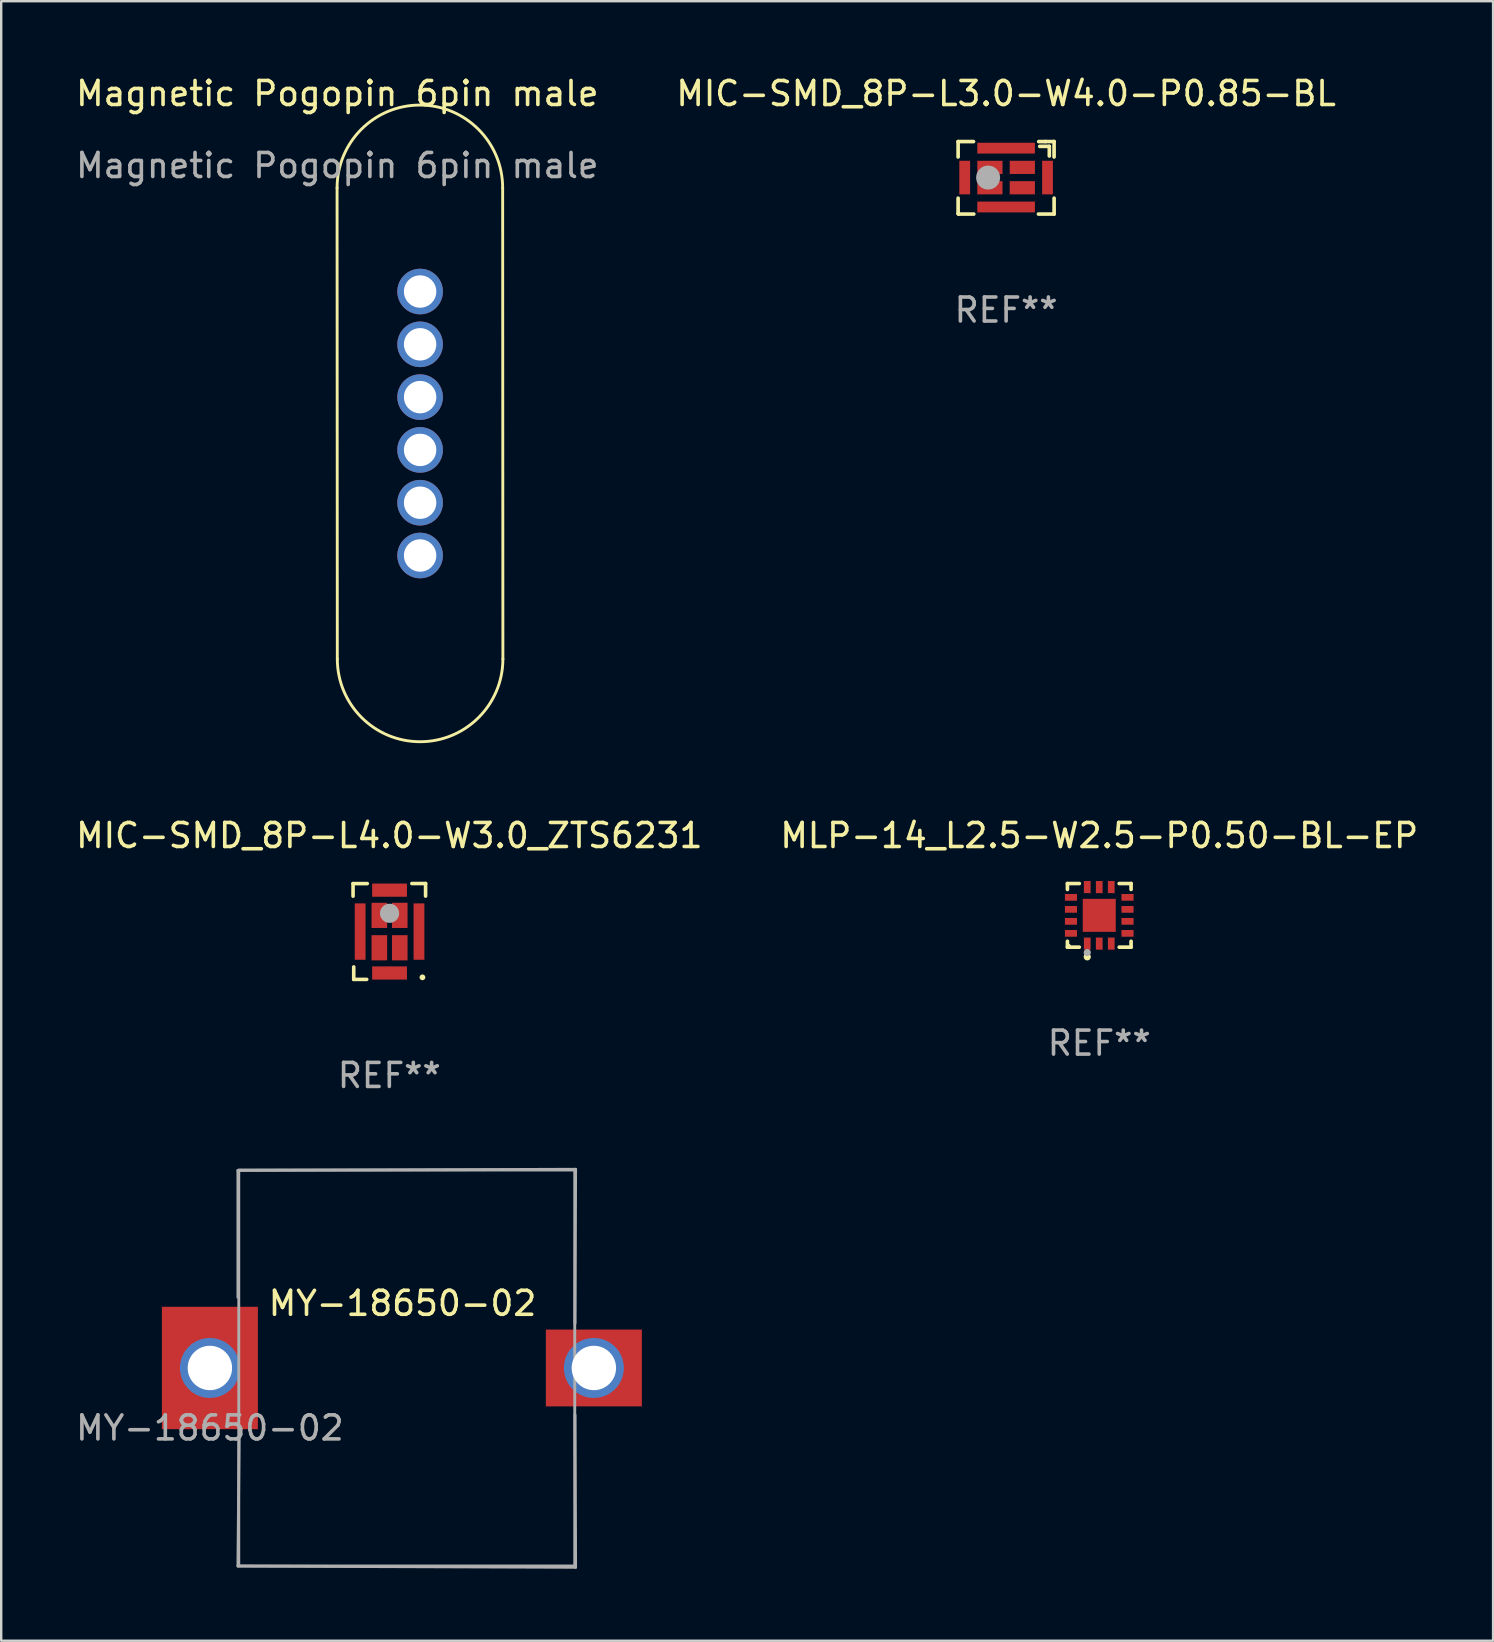
<source format=kicad_pcb>
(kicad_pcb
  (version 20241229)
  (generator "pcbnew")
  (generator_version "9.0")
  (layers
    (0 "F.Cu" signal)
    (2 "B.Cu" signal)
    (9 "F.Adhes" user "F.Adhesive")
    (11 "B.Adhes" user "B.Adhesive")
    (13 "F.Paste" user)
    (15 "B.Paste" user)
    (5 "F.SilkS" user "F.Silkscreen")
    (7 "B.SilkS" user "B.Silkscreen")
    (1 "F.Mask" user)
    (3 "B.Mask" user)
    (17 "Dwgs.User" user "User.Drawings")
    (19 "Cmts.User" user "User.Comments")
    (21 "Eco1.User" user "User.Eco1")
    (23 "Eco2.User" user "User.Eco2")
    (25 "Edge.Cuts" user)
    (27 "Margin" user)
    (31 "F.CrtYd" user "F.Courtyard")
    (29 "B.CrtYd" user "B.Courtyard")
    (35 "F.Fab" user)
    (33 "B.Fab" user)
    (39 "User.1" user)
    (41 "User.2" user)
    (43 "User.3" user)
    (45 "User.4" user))
  (footprint "MIC-SMD_8P-L3.0-W4.0-P0.85-BL"
    (layer "F.Cu")
    (at 38.875 4.359)
    (property "Reference" "MIC-SMD_8P-L3.0-W4.0-P0.85-BL" (at 0 -3.511 0) (layer "F.SilkS") (effects (font (size 1 1) (thickness 0.15))))
    (attr through_hole)
    (fp_line (start -2 -0.868) (end -2 -1.509) (stroke (width 0.152) (type solid)) (layer "F.SilkS"))
    (fp_line (start -2 1.491) (end -2 0.849) (stroke (width 0.152) (type solid)) (layer "F.SilkS"))
    (fp_line (start -1.98 1.511) (end -2 1.491) (stroke (width 0.152) (type solid)) (layer "F.SilkS"))
    (fp_line (start -1.358 -1.509) (end -2 -1.509) (stroke (width 0.152) (type solid)) (layer "F.SilkS"))
    (fp_line (start -1.347 1.511) (end -1.98 1.511) (stroke (width 0.152) (type solid)) (layer "F.SilkS"))
    (fp_line (start 1.4 -1.309) (end 1.8 -1.309) (stroke (width 0.152) (type solid)) (layer "F.SilkS"))
    (fp_line (start 1.638 -1.509) (end 1.358 -1.509) (stroke (width 0.152) (type solid)) (layer "F.SilkS"))
    (fp_line (start 1.8 -1.309) (end 1.8 -0.909) (stroke (width 0.152) (type solid)) (layer "F.SilkS"))
    (fp_line (start 1.999 -1.511) (end 1.638 -1.511) (stroke (width 0.152) (type solid)) (layer "F.SilkS"))
    (fp_line (start 1.999 -0.868) (end 1.999 -1.511) (stroke (width 0.152) (type solid)) (layer "F.SilkS"))
    (fp_line (start 2 1.511) (end 1.347 1.511) (stroke (width 0.152) (type solid)) (layer "F.SilkS"))
    (fp_line (start 2 1.511) (end 2 0.849) (stroke (width 0.152) (type solid)) (layer "F.SilkS"))
    (fp_circle (center 2 -1.509) (end 2.03 -1.509) (stroke (width 0.06) (type solid)) (fill no) (layer "F.SilkS"))
    (fp_circle (center -0.75 -0.009) (end -0.5 -0.009) (stroke (width 0.5) (type solid)) (fill no) (layer "F.Fab"))
    (fp_text user "REF**" (at 0 5.511 0) (layer "F.Fab") (effects (font (size 1 1) (thickness 0.15))))
    (pad "1" smd rect (at 0.675 -0.434) (size 1.05 0.55) (layers "F.Cu" "F.Mask" "F.Paste"))
    (pad "2" smd rect (at -0.675 -0.434) (size 1.05 0.55) (layers "F.Cu" "F.Mask" "F.Paste"))
    (pad "3" smd rect (at -0.675 0.415) (size 1.05 0.55) (layers "F.Cu" "F.Mask" "F.Paste"))
    (pad "4" smd rect (at 0.675 0.415) (size 1.05 0.55) (layers "F.Cu" "F.Mask" "F.Paste"))
    (pad "5" smd rect (at 1.725 -0.01) (size 0.45 1.4) (layers "F.Cu" "F.Mask" "F.Paste"))
    (pad "6" smd rect (at -0.000051 -1.235) (size 2.4 0.45) (layers "F.Cu" "F.Mask" "F.Paste"))
    (pad "7" smd rect (at -1.725 -0.01) (size 0.45 1.4) (layers "F.Cu" "F.Mask" "F.Paste"))
    (pad "8" smd rect (at -0.000051 1.216) (size 2.4 0.45) (layers "F.Cu" "F.Mask" "F.Paste")))
  (footprint "MY-18650-02"
    (layer "F.Cu")
    (at 5.696 53.954)
    (property "Reference" "MY-18650-02" (at 8.026 -2.692 0) (unlocked yes) (layer "F.SilkS") (effects (font (size 1 1) (thickness 0.15))))
    (attr smd)
    (fp_rect (start -1.016 1.562) (end -1.905 -1.46) (stroke (width 0.01) (type solid)) (fill yes) (layer "F.Paste"))
    (fp_rect (start 1.88 -1.041) (end -1.905 -2.464) (stroke (width 0.01) (type solid)) (fill yes) (layer "F.Paste"))
    (fp_rect (start 1.88 1.524) (end 0.991 -1.499) (stroke (width 0.01) (type solid)) (fill yes) (layer "F.Paste"))
    (fp_rect (start 1.88 2.464) (end -1.905 1.016) (stroke (width 0.01) (type solid)) (fill yes) (layer "F.Paste"))
    (fp_rect (start 14.961 1.524) (end 14.097 -1.499) (stroke (width 0.01) (type solid)) (fill yes) (layer "F.Paste"))
    (fp_rect (start 17.488 0.991) (end 14.465 1.524) (stroke (width 0.01) (type solid)) (fill yes) (layer "F.Paste"))
    (fp_rect (start 17.59 -1.499) (end 14.567 -0.991) (stroke (width 0.01) (type solid)) (fill yes) (layer "F.Paste"))
    (fp_rect (start 17.907 1.524) (end 17.018 -1.499) (stroke (width 0.01) (type solid)) (fill yes) (layer "F.Paste"))
    (fp_line (start 1.168 -8.23) (end 15.24 -8.28) (stroke (width 0.12) (type solid)) (layer "F.Fab"))
    (fp_line (start 1.168 -2.946) (end 1.168 -8.23) (stroke (width 0.12) (type solid)) (layer "F.Fab"))
    (fp_line (start 1.168 8.255) (end 15.24 8.306) (stroke (width 0.12) (type solid)) (layer "F.Fab"))
    (fp_line (start 1.219 2.921) (end 1.168 8.255) (stroke (width 0.12) (type solid)) (layer "F.Fab"))
    (fp_line (start 15.24 -8.28) (end 15.215 -1.854) (stroke (width 0.12) (type solid)) (layer "F.Fab"))
    (fp_line (start 15.24 8.306) (end 15.215 1.956) (stroke (width 0.12) (type solid)) (layer "F.Fab"))
    (fp_rect (start 1.204 -8.25) (end 15.204 8.25) (stroke (width 0.12) (type solid)) (fill no) (layer "F.Fab"))
    (fp_text user "${REFERENCE}" (at 0 2.5 0) (unlocked yes) (layer "F.Fab") (effects (font (size 1 1) (thickness 0.15))))
    (pad "1" thru_hole circle (at 0 0) (size 2.5 2.5) (drill 1.85) (layers "*.Cu" "B.Mask"))
    (pad "1" smd rect (at 0 0) (size 4 5.1) (layers "F.Cu" "F.Mask"))
    (pad "2" thru_hole circle (at 16 0) (size 2.5 2.5) (drill 1.85) (layers "*.Cu" "B.Mask"))
    (pad "2" smd rect (at 16 0) (size 4 3.2) (layers "F.Cu" "F.Mask")))
  (footprint "MIC-SMD_8P-L4.0-W3.0_ZTS6231"
    (layer "F.Cu")
    (at 13.173 35.766)
    (property "Reference" "MIC-SMD_8P-L4.0-W3.0_ZTS6231" (at 0 -3.999 0) (layer "F.SilkS") (effects (font (size 1 1) (thickness 0.15))))
    (attr through_hole)
    (fp_line (start -1.511 -1.996) (end -1.511 -1.473) (stroke (width 0.15) (type solid)) (layer "F.SilkS"))
    (fp_line (start -1.483 1.995) (end -1.483 1.476) (stroke (width 0.15) (type solid)) (layer "F.SilkS"))
    (fp_line (start -0.942 1.995) (end -1.483 1.995) (stroke (width 0.15) (type solid)) (layer "F.SilkS"))
    (fp_line (start -0.919 -1.996) (end -1.511 -1.996) (stroke (width 0.15) (type solid)) (layer "F.SilkS"))
    (fp_line (start 0.939 -1.999) (end 1.511 -1.999) (stroke (width 0.15) (type solid)) (layer "F.SilkS"))
    (fp_line (start 1.511 -1.999) (end 1.511 -1.476) (stroke (width 0.15) (type solid)) (layer "F.SilkS"))
    (fp_circle (center 1.38 1.91) (end 1.44 1.92) (stroke (width 0.12) (type solid)) (fill no) (layer "F.SilkS"))
    (fp_circle (center 0.01 -0.759) (end 0.21 -0.759) (stroke (width 0.4) (type solid)) (fill no) (layer "F.Fab"))
    (fp_text user "REF**" (at 0 5.999 0) (layer "F.Fab") (effects (font (size 1 1) (thickness 0.15))))
    (pad "1" smd rect (at 0.435 0.678) (size 0.65 1.05) (layers "F.Cu" "F.Mask" "F.Paste"))
    (pad "2" smd rect (at 0.435 -0.672) (size 0.65 1.05) (layers "F.Cu" "F.Mask" "F.Paste"))
    (pad "3" smd rect (at -0.415 -0.672) (size 0.65 1.05) (layers "F.Cu" "F.Mask" "F.Paste"))
    (pad "4" smd rect (at -0.415 0.678) (size 0.65 1.05) (layers "F.Cu" "F.Mask" "F.Paste"))
    (pad "5" smd rect (at 0.01 1.729) (size 1.45 0.55) (layers "F.Cu" "F.Mask" "F.Paste"))
    (pad "6" smd rect (at 1.236 0.003) (size 0.45 2.35) (layers "F.Cu" "F.Mask" "F.Paste"))
    (pad "7" smd rect (at 0.01 -1.723) (size 1.45 0.55) (layers "F.Cu" "F.Mask" "F.Paste"))
    (pad "8" smd rect (at -1.215 0.003) (size 0.45 2.35) (layers "F.Cu" "F.Mask" "F.Paste")))
  (footprint "MLP-14_L2.5-W2.5-P0.50-BL-EP"
    (layer "F.Cu")
    (at 42.756 35.093)
    (property "Reference" "MLP-14_L2.5-W2.5-P0.50-BL-EP" (at 0 -3.326 0) (layer "F.SilkS") (effects (font (size 1 1) (thickness 0.15))))
    (attr through_hole)
    (fp_line (start -1.326 -1.326) (end -0.831 -1.326) (stroke (width 0.152) (type solid)) (layer "F.SilkS"))
    (fp_line (start -1.326 -1.08) (end -1.326 -1.326) (stroke (width 0.152) (type solid)) (layer "F.SilkS"))
    (fp_line (start -1.326 1.08) (end -1.326 1.326) (stroke (width 0.152) (type solid)) (layer "F.SilkS"))
    (fp_line (start -1.326 1.326) (end -0.831 1.326) (stroke (width 0.152) (type solid)) (layer "F.SilkS"))
    (fp_line (start 1.326 -1.326) (end 0.831 -1.326) (stroke (width 0.152) (type solid)) (layer "F.SilkS"))
    (fp_line (start 1.326 -1.08) (end 1.326 -1.326) (stroke (width 0.152) (type solid)) (layer "F.SilkS"))
    (fp_line (start 1.326 1.08) (end 1.326 1.326) (stroke (width 0.152) (type solid)) (layer "F.SilkS"))
    (fp_line (start 1.326 1.326) (end 0.831 1.326) (stroke (width 0.152) (type solid)) (layer "F.SilkS"))
    (fp_circle (center -1.25 1.25) (end -1.22 1.25) (stroke (width 0.06) (type solid)) (fill no) (layer "F.SilkS"))
    (fp_circle (center -0.5 1.73) (end -0.425 1.73) (stroke (width 0.15) (type solid)) (fill no) (layer "F.SilkS"))
    (fp_circle (center -0.5 1.55) (end -0.425 1.55) (stroke (width 0.15) (type solid)) (fill no) (layer "F.Fab"))
    (fp_text user "REF**" (at 0 5.326 0) (layer "F.Fab") (effects (font (size 1 1) (thickness 0.15))))
    (pad "1" smd rect (at -0.5 1.178) (size 0.28 0.505) (layers "F.Cu" "F.Mask" "F.Paste"))
    (pad "2" smd rect (at 0 1.178) (size 0.28 0.505) (layers "F.Cu" "F.Mask" "F.Paste"))
    (pad "3" smd rect (at 0.5 1.178) (size 0.28 0.505) (layers "F.Cu" "F.Mask" "F.Paste"))
    (pad "4" smd rect (at 1.178 0.75) (size 0.505 0.28) (layers "F.Cu" "F.Mask" "F.Paste"))
    (pad "5" smd rect (at 1.178 0.25) (size 0.505 0.28) (layers "F.Cu" "F.Mask" "F.Paste"))
    (pad "6" smd rect (at 1.178 -0.25) (size 0.505 0.28) (layers "F.Cu" "F.Mask" "F.Paste"))
    (pad "7" smd rect (at 1.178 -0.75) (size 0.505 0.28) (layers "F.Cu" "F.Mask" "F.Paste"))
    (pad "8" smd rect (at 0.5 -1.178) (size 0.28 0.505) (layers "F.Cu" "F.Mask" "F.Paste"))
    (pad "9" smd rect (at 0 -1.178) (size 0.28 0.505) (layers "F.Cu" "F.Mask" "F.Paste"))
    (pad "10" smd rect (at -0.5 -1.178) (size 0.28 0.505) (layers "F.Cu" "F.Mask" "F.Paste"))
    (pad "11" smd rect (at -1.178 -0.75) (size 0.505 0.28) (layers "F.Cu" "F.Mask" "F.Paste"))
    (pad "12" smd rect (at -1.178 -0.25) (size 0.505 0.28) (layers "F.Cu" "F.Mask" "F.Paste"))
    (pad "13" smd rect (at -1.178 0.25) (size 0.505 0.28) (layers "F.Cu" "F.Mask" "F.Paste"))
    (pad "14" smd rect (at -1.178 0.75) (size 0.505 0.28) (layers "F.Cu" "F.Mask" "F.Paste"))
    (pad "15" smd rect (at 0 0) (size 1.375 1.375) (layers "F.Cu" "F.Mask" "F.Paste")))
  (footprint "Magnetic Pogopin 6pin male"
    (layer "F.Cu")
    (at 11.006 1.348)
    (property "Reference" "Magnetic Pogopin 6pin male" (at 0 -0.5 0) (unlocked yes) (layer "F.SilkS") (effects (font (size 1 1) (thickness 0.15))))
    (attr through_hole)
    (fp_line (start -0.01 3.43) (end 0 23.06) (stroke (width 0.12) (type solid)) (layer "F.SilkS"))
    (fp_line (start 6.89 3.43) (end 6.9 23.06) (stroke (width 0.12) (type solid)) (layer "F.SilkS"))
    (fp_arc (start -0.01 3.43) (mid 3.44 -0.02) (end 6.89 3.43) (stroke (width 0.12) (type solid)) (layer "F.SilkS"))
    (fp_arc (start 6.9 23.06) (mid 3.45 26.51) (end 0 23.06) (stroke (width 0.12) (type solid)) (layer "F.SilkS"))
    (fp_text user "${REFERENCE}" (at 0 2.5 0) (unlocked yes) (layer "F.Fab") (effects (font (size 1 1) (thickness 0.15))))
    (pad "1" thru_hole circle (at 3.45 7.75) (size 1.9 1.9) (drill 1.35) (layers "*.Cu" "*.Mask"))
    (pad "2" thru_hole circle (at 3.45 9.95) (size 1.9 1.9) (drill 1.35) (layers "*.Cu" "*.Mask"))
    (pad "3" thru_hole circle (at 3.45 12.15) (size 1.9 1.9) (drill 1.35) (layers "*.Cu" "*.Mask"))
    (pad "4" thru_hole circle (at 3.45 14.35) (size 1.9 1.9) (drill 1.35) (layers "*.Cu" "*.Mask"))
    (pad "5" thru_hole circle (at 3.45 16.55) (size 1.9 1.9) (drill 1.35) (layers "*.Cu" "*.Mask"))
    (pad "6" thru_hole circle (at 3.45 18.75) (size 1.9 1.9) (drill 1.35) (layers "*.Cu" "*.Mask")))
  (gr_rect
    (start -3 -3)
    (end 59.167 65.32)
    (stroke (width 0.1) (type default))
    (fill no)
    (layer "Edge.Cuts")))
</source>
